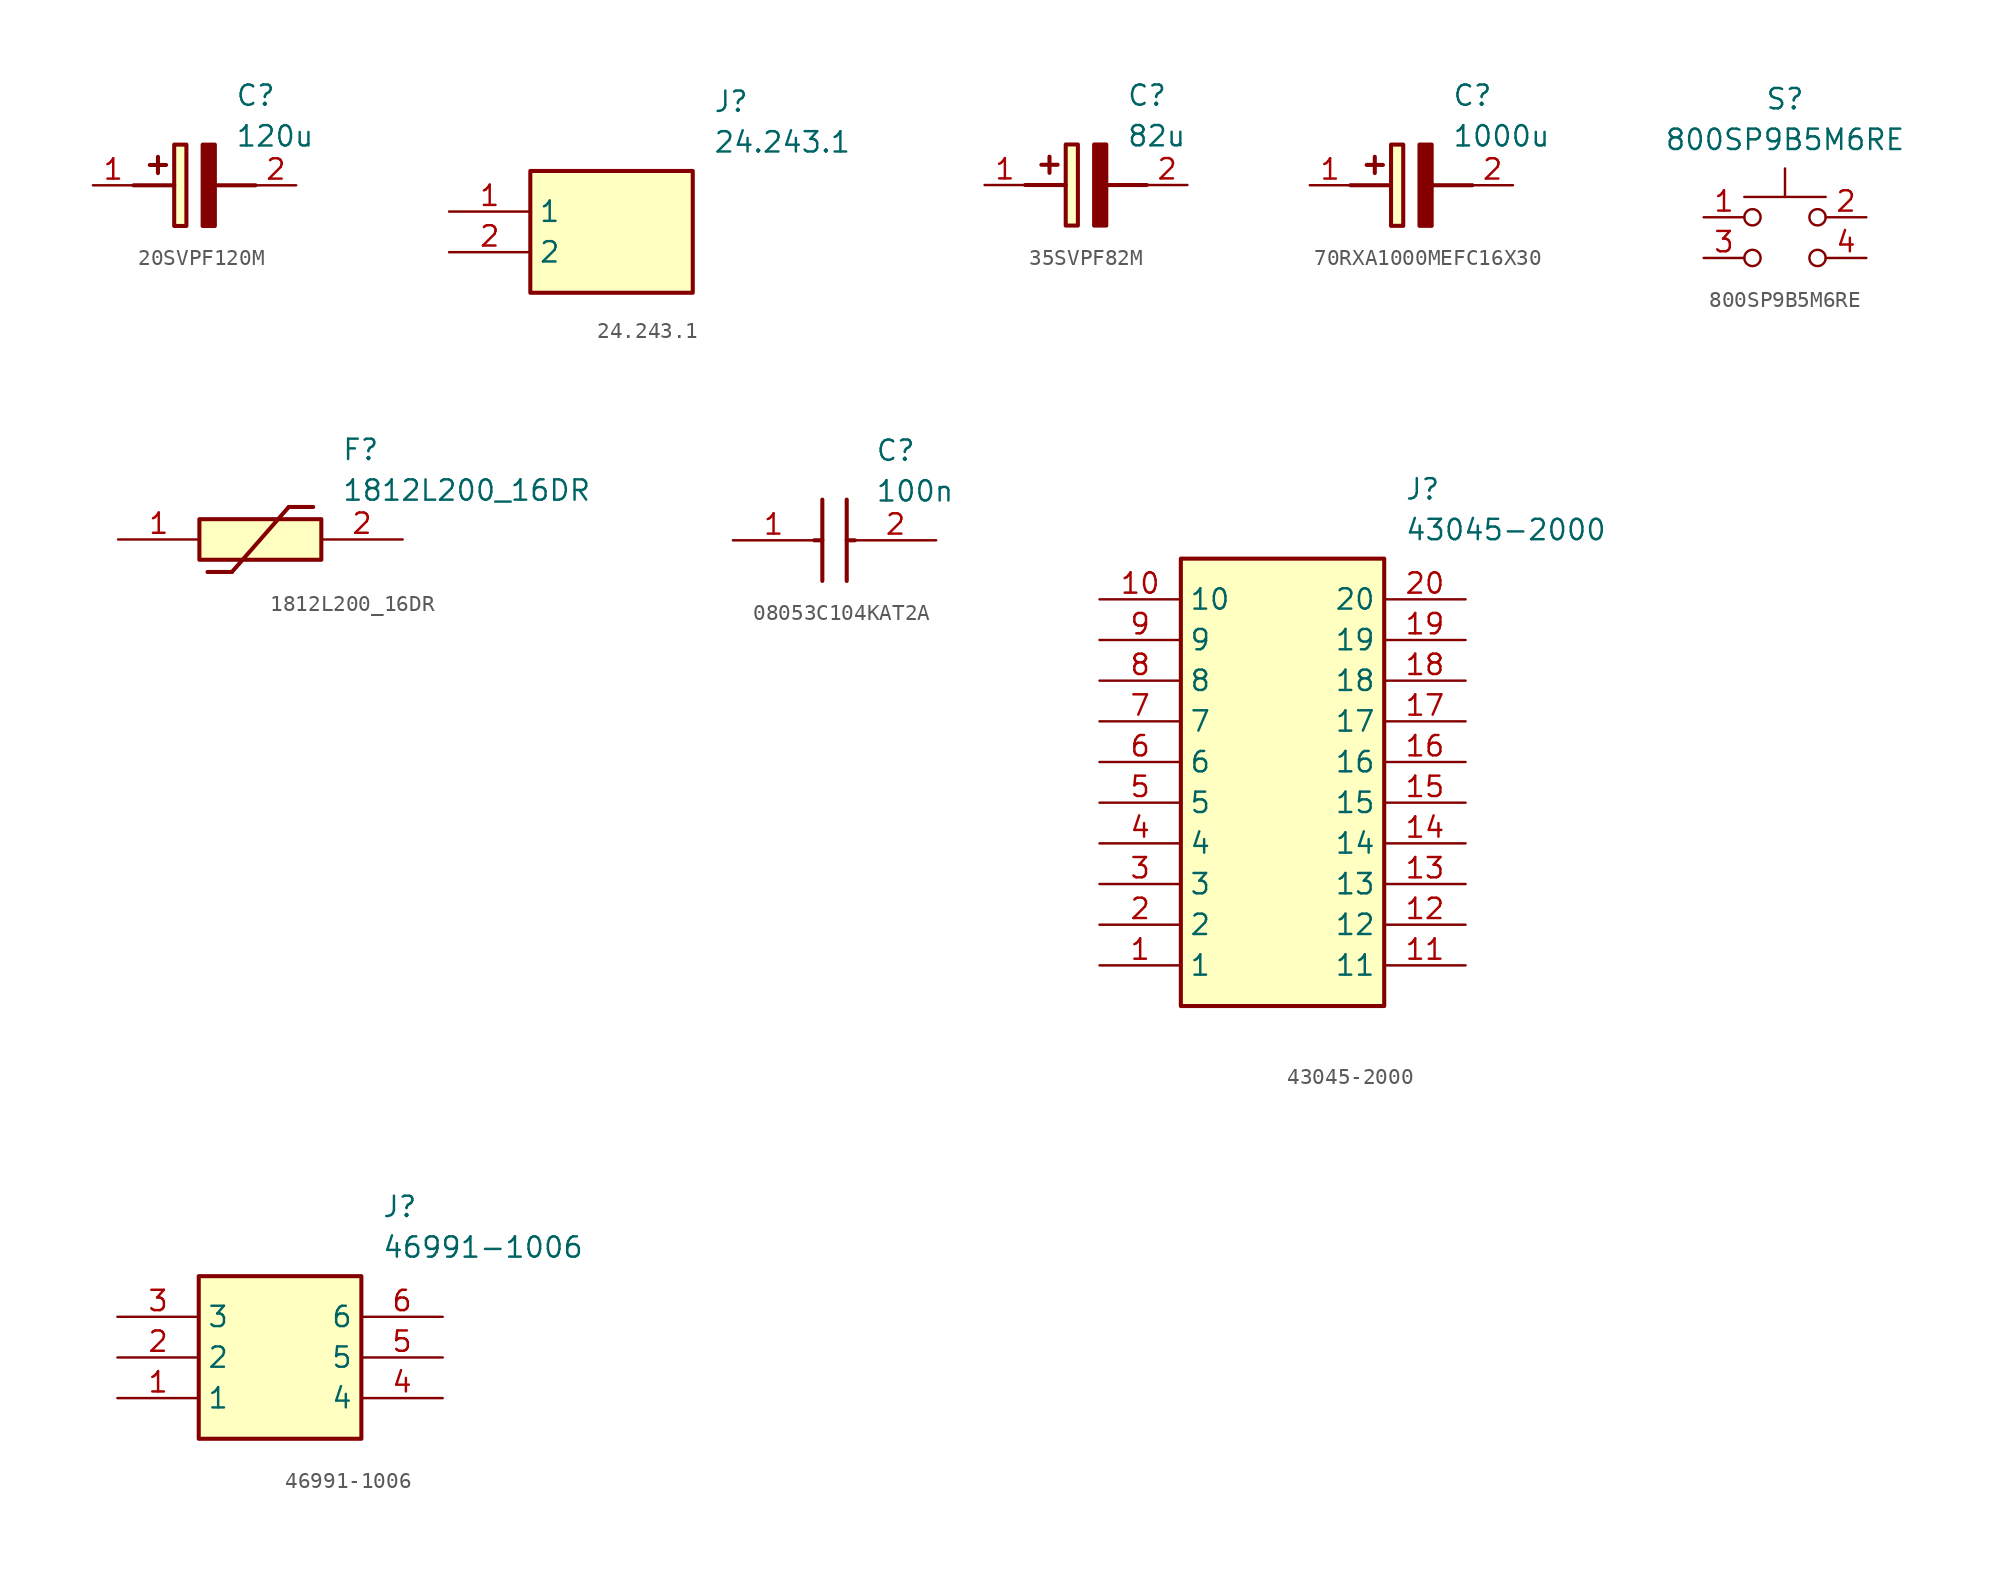
<source format=kicad_sym>
(kicad_symbol_lib
  (version 20231120)
  (generator "kicad_symbol_editor")
  (generator_version "8.0")
  (symbol "20SVPF120M"
    (pin_names hide)
    (property "Reference" "C"
      (at 8.89 6.35 0)
      (effects (font (size 1.27 1.27)) (justify left top)))
    (property "Value" "120u"
      (at 8.89 3.81 0)
      (effects (font (size 1.27 1.27)) (justify left top)))
    (symbol "20SVPF120M_1_1"
      (polyline (pts (xy 2.54 0) (xy 5.08 0)) (stroke (width 0.254) (type default)) (fill (type none)))
      (polyline (pts (xy 4.064 1.778) (xy 4.064 0.762)) (stroke (width 0.254) (type default)) (fill (type none)))
      (polyline (pts (xy 4.572 1.27) (xy 3.556 1.27)) (stroke (width 0.254) (type default)) (fill (type none)))
      (polyline (pts (xy 7.62 0) (xy 10.16 0)) (stroke (width 0.254) (type default)) (fill (type none)))
      (polyline (pts (xy 7.62 2.54) (xy 7.62 -2.54) (xy 6.858 -2.54) (xy 6.858 2.54) (xy 7.62 2.54)) (stroke (width 0.254) (type default)) (fill (type outline)))
      (rectangle (start 5.08 2.54) (end 5.842 -2.54) (stroke (width 0.254) (type default)) (fill (type background)))
      (pin passive line (at 0 0 0) (length 2.54) (name "+" (effects (font (size 1.27 1.27)))) (number "1" (effects (font (size 1.27 1.27)))))
      (pin passive line (at 12.7 0 180) (length 2.54) (name "-" (effects (font (size 1.27 1.27)))) (number "2" (effects (font (size 1.27 1.27)))))))
  (symbol "24.243.1"
    (property "Reference" "J"
      (at 16.51 7.62 0)
      (effects (font (size 1.27 1.27)) (justify left top)))
    (property "Value" "24.243.1"
      (at 16.51 5.08 0)
      (effects (font (size 1.27 1.27)) (justify left top)))
    (symbol "24.243.1_1_1"
      (rectangle (start 5.08 2.54) (end 15.24 -5.08) (stroke (width 0.254) (type default)) (fill (type background)))
      (pin passive line (at 0 0 0) (length 5.08) (name "1" (effects (font (size 1.27 1.27)))) (number "1" (effects (font (size 1.27 1.27)))))
      (pin passive line (at 0 -2.54 0) (length 5.08) (name "2" (effects (font (size 1.27 1.27)))) (number "2" (effects (font (size 1.27 1.27)))))))
  (symbol "35SVPF82M"
    (pin_names hide)
    (property "Reference" "C"
      (at 8.89 6.35 0)
      (effects (font (size 1.27 1.27)) (justify left top)))
    (property "Value" "82u"
      (at 8.89 3.81 0)
      (effects (font (size 1.27 1.27)) (justify left top)))
    (symbol "35SVPF82M_1_1"
      (polyline (pts (xy 2.54 0) (xy 5.08 0)) (stroke (width 0.254) (type default)) (fill (type none)))
      (polyline (pts (xy 4.064 1.778) (xy 4.064 0.762)) (stroke (width 0.254) (type default)) (fill (type none)))
      (polyline (pts (xy 4.572 1.27) (xy 3.556 1.27)) (stroke (width 0.254) (type default)) (fill (type none)))
      (polyline (pts (xy 7.62 0) (xy 10.16 0)) (stroke (width 0.254) (type default)) (fill (type none)))
      (polyline (pts (xy 7.62 2.54) (xy 7.62 -2.54) (xy 6.858 -2.54) (xy 6.858 2.54) (xy 7.62 2.54)) (stroke (width 0.254) (type default)) (fill (type outline)))
      (rectangle (start 5.08 2.54) (end 5.842 -2.54) (stroke (width 0.254) (type default)) (fill (type background)))
      (pin passive line (at 0 0 0) (length 2.54) (name "+" (effects (font (size 1.27 1.27)))) (number "1" (effects (font (size 1.27 1.27)))))
      (pin passive line (at 12.7 0 180) (length 2.54) (name "-" (effects (font (size 1.27 1.27)))) (number "2" (effects (font (size 1.27 1.27)))))))
  (symbol "70RXA1000MEFC16X30"
    (pin_names hide)
    (property "Reference" "C"
      (at 8.89 6.35 0)
      (effects (font (size 1.27 1.27)) (justify left top)))
    (property "Value" "1000u"
      (at 8.89 3.81 0)
      (effects (font (size 1.27 1.27)) (justify left top)))
    (symbol "70RXA1000MEFC16X30_1_1"
      (polyline (pts (xy 2.54 0) (xy 5.08 0)) (stroke (width 0.254) (type default)) (fill (type none)))
      (polyline (pts (xy 4.064 1.778) (xy 4.064 0.762)) (stroke (width 0.254) (type default)) (fill (type none)))
      (polyline (pts (xy 4.572 1.27) (xy 3.556 1.27)) (stroke (width 0.254) (type default)) (fill (type none)))
      (polyline (pts (xy 7.62 0) (xy 10.16 0)) (stroke (width 0.254) (type default)) (fill (type none)))
      (polyline (pts (xy 7.62 2.54) (xy 7.62 -2.54) (xy 6.858 -2.54) (xy 6.858 2.54) (xy 7.62 2.54)) (stroke (width 0.254) (type default)) (fill (type outline)))
      (rectangle (start 5.08 2.54) (end 5.842 -2.54) (stroke (width 0.254) (type default)) (fill (type background)))
      (pin passive line (at 0 0 0) (length 2.54) (name "+" (effects (font (size 1.27 1.27)))) (number "1" (effects (font (size 1.27 1.27)))))
      (pin passive line (at 12.7 0 180) (length 2.54) (name "-" (effects (font (size 1.27 1.27)))) (number "2" (effects (font (size 1.27 1.27)))))))
  (symbol "800SP9B5M6RE"
    (property "Reference" "S"
      (at 5.08 8.128 0)
      (effects (font (size 1.27 1.27)) (justify top)))
    (property "Value" "800SP9B5M6RE"
      (at 5.08 5.588 0)
      (effects (font (size 1.27 1.27)) (justify top)))
    (symbol "800SP9B5M6RE_0_1"
      (polyline (pts (xy 5.08 1.27) (xy 5.08 3.048)) (stroke (width 0) (type default)) (fill (type none)))
      (polyline (pts (xy 7.62 1.27) (xy 2.54 1.27)) (stroke (width 0) (type default)) (fill (type none)))
      (circle (center 3.048 -2.54) (radius 0.508) (stroke (width 0) (type default)) (fill (type none)))
      (circle (center 3.048 0) (radius 0.508) (stroke (width 0) (type default)) (fill (type none)))
      (circle (center 7.112 -2.54) (radius 0.508) (stroke (width 0) (type default)) (fill (type none)))
      (circle (center 7.112 0) (radius 0.508) (stroke (width 0) (type default)) (fill (type none))))
    (symbol "800SP9B5M6RE_1_1"
      (pin passive line (at 0 0 0) (length 2.54) (name "" (effects (font (size 1.27 1.27)))) (number "1" (effects (font (size 1.27 1.27)))))
      (pin passive line (at 10.16 0 180) (length 2.54) (name "" (effects (font (size 1.27 1.27)))) (number "2" (effects (font (size 1.27 1.27)))))
      (pin passive line (at 0 -2.54 0) (length 2.54) (name "" (effects (font (size 1.27 1.27)))) (number "3" (effects (font (size 1.27 1.27)))))
      (pin passive line (at 10.16 -2.54 180) (length 2.54) (name "" (effects (font (size 1.27 1.27)))) (number "4" (effects (font (size 1.27 1.27)))))))
  (symbol "1812L200_16DR"
    (pin_names hide)
    (property "Reference" "F"
      (at 13.97 6.35 0)
      (effects (font (size 1.27 1.27)) (justify left top)))
    (property "Value" "1812L200_16DR"
      (at 13.97 3.81 0)
      (effects (font (size 1.27 1.27)) (justify left top)))
    (symbol "1812L200_16DR_1_1"
      (polyline (pts (xy 5.588 -2.032) (xy 7.112 -2.032)) (stroke (width 0.254) (type default)) (fill (type none)))
      (polyline (pts (xy 10.668 2.032) (xy 7.112 -2.032)) (stroke (width 0.254) (type default)) (fill (type none)))
      (polyline (pts (xy 10.668 2.032) (xy 12.192 2.032)) (stroke (width 0.254) (type default)) (fill (type none)))
      (rectangle (start 5.08 1.27) (end 12.7 -1.27) (stroke (width 0.254) (type default)) (fill (type background)))
      (pin passive line (at 0 0 0) (length 5.08) (name "1" (effects (font (size 1.27 1.27)))) (number "1" (effects (font (size 1.27 1.27)))))
      (pin passive line (at 17.78 0 180) (length 5.08) (name "2" (effects (font (size 1.27 1.27)))) (number "2" (effects (font (size 1.27 1.27)))))))
  (symbol "08053C104KAT2A"
    (pin_names hide)
    (property "Reference" "C"
      (at 8.89 6.35 0)
      (effects (font (size 1.27 1.27)) (justify left top)))
    (property "Value" "100n"
      (at 8.89 3.81 0)
      (effects (font (size 1.27 1.27)) (justify left top)))
    (symbol "08053C104KAT2A_1_1"
      (polyline (pts (xy 5.08 0) (xy 5.588 0)) (stroke (width 0.254) (type default)) (fill (type none)))
      (polyline (pts (xy 5.588 2.54) (xy 5.588 -2.54)) (stroke (width 0.254) (type default)) (fill (type none)))
      (polyline (pts (xy 7.112 0) (xy 7.62 0)) (stroke (width 0.254) (type default)) (fill (type none)))
      (polyline (pts (xy 7.112 2.54) (xy 7.112 -2.54)) (stroke (width 0.254) (type default)) (fill (type none)))
      (pin passive line (at 0 0 0) (length 5.08) (name "1" (effects (font (size 1.27 1.27)))) (number "1" (effects (font (size 1.27 1.27)))))
      (pin passive line (at 12.7 0 180) (length 5.08) (name "2" (effects (font (size 1.27 1.27)))) (number "2" (effects (font (size 1.27 1.27)))))))
  (symbol "43045-2000"
    (property "Reference" "J"
      (at 19.05 7.62 0)
      (effects (font (size 1.27 1.27)) (justify left top)))
    (property "Value" "43045-2000"
      (at 19.05 5.08 0)
      (effects (font (size 1.27 1.27)) (justify left top)))
    (symbol "43045-2000_1_1"
      (rectangle (start 5.08 2.54) (end 17.78 -25.4) (stroke (width 0.254) (type default)) (fill (type background)))
      (pin passive line (at 0 -22.86 0) (length 5.08) (name "1" (effects (font (size 1.27 1.27)))) (number "1" (effects (font (size 1.27 1.27)))))
      (pin passive line (at 0 0 0) (length 5.08) (name "10" (effects (font (size 1.27 1.27)))) (number "10" (effects (font (size 1.27 1.27)))))
      (pin passive line (at 22.86 -22.86 180) (length 5.08) (name "11" (effects (font (size 1.27 1.27)))) (number "11" (effects (font (size 1.27 1.27)))))
      (pin passive line (at 22.86 -20.32 180) (length 5.08) (name "12" (effects (font (size 1.27 1.27)))) (number "12" (effects (font (size 1.27 1.27)))))
      (pin passive line (at 22.86 -17.78 180) (length 5.08) (name "13" (effects (font (size 1.27 1.27)))) (number "13" (effects (font (size 1.27 1.27)))))
      (pin passive line (at 22.86 -15.24 180) (length 5.08) (name "14" (effects (font (size 1.27 1.27)))) (number "14" (effects (font (size 1.27 1.27)))))
      (pin passive line (at 22.86 -12.7 180) (length 5.08) (name "15" (effects (font (size 1.27 1.27)))) (number "15" (effects (font (size 1.27 1.27)))))
      (pin passive line (at 22.86 -10.16 180) (length 5.08) (name "16" (effects (font (size 1.27 1.27)))) (number "16" (effects (font (size 1.27 1.27)))))
      (pin passive line (at 22.86 -7.62 180) (length 5.08) (name "17" (effects (font (size 1.27 1.27)))) (number "17" (effects (font (size 1.27 1.27)))))
      (pin passive line (at 22.86 -5.08 180) (length 5.08) (name "18" (effects (font (size 1.27 1.27)))) (number "18" (effects (font (size 1.27 1.27)))))
      (pin passive line (at 22.86 -2.54 180) (length 5.08) (name "19" (effects (font (size 1.27 1.27)))) (number "19" (effects (font (size 1.27 1.27)))))
      (pin passive line (at 0 -20.32 0) (length 5.08) (name "2" (effects (font (size 1.27 1.27)))) (number "2" (effects (font (size 1.27 1.27)))))
      (pin passive line (at 22.86 0 180) (length 5.08) (name "20" (effects (font (size 1.27 1.27)))) (number "20" (effects (font (size 1.27 1.27)))))
      (pin passive line (at 0 -17.78 0) (length 5.08) (name "3" (effects (font (size 1.27 1.27)))) (number "3" (effects (font (size 1.27 1.27)))))
      (pin passive line (at 0 -15.24 0) (length 5.08) (name "4" (effects (font (size 1.27 1.27)))) (number "4" (effects (font (size 1.27 1.27)))))
      (pin passive line (at 0 -12.7 0) (length 5.08) (name "5" (effects (font (size 1.27 1.27)))) (number "5" (effects (font (size 1.27 1.27)))))
      (pin passive line (at 0 -10.16 0) (length 5.08) (name "6" (effects (font (size 1.27 1.27)))) (number "6" (effects (font (size 1.27 1.27)))))
      (pin passive line (at 0 -7.62 0) (length 5.08) (name "7" (effects (font (size 1.27 1.27)))) (number "7" (effects (font (size 1.27 1.27)))))
      (pin passive line (at 0 -5.08 0) (length 5.08) (name "8" (effects (font (size 1.27 1.27)))) (number "8" (effects (font (size 1.27 1.27)))))
      (pin passive line (at 0 -2.54 0) (length 5.08) (name "9" (effects (font (size 1.27 1.27)))) (number "9" (effects (font (size 1.27 1.27)))))))
  (symbol "46991-1006"
    (property "Reference" "J"
      (at 16.51 7.62 0)
      (effects (font (size 1.27 1.27)) (justify left top)))
    (property "Value" "46991-1006"
      (at 16.51 5.08 0)
      (effects (font (size 1.27 1.27)) (justify left top)))
    (symbol "46991-1006_1_1"
      (rectangle (start 5.08 2.54) (end 15.24 -7.62) (stroke (width 0.254) (type default)) (fill (type background)))
      (pin passive line (at 0 -5.08 0) (length 5.08) (name "1" (effects (font (size 1.27 1.27)))) (number "1" (effects (font (size 1.27 1.27)))))
      (pin passive line (at 0 -2.54 0) (length 5.08) (name "2" (effects (font (size 1.27 1.27)))) (number "2" (effects (font (size 1.27 1.27)))))
      (pin passive line (at 0 0 0) (length 5.08) (name "3" (effects (font (size 1.27 1.27)))) (number "3" (effects (font (size 1.27 1.27)))))
      (pin passive line (at 20.32 -5.08 180) (length 5.08) (name "4" (effects (font (size 1.27 1.27)))) (number "4" (effects (font (size 1.27 1.27)))))
      (pin passive line (at 20.32 -2.54 180) (length 5.08) (name "5" (effects (font (size 1.27 1.27)))) (number "5" (effects (font (size 1.27 1.27)))))
      (pin passive line (at 20.32 0 180) (length 5.08) (name "6" (effects (font (size 1.27 1.27)))) (number "6" (effects (font (size 1.27 1.27))))))))
</source>
